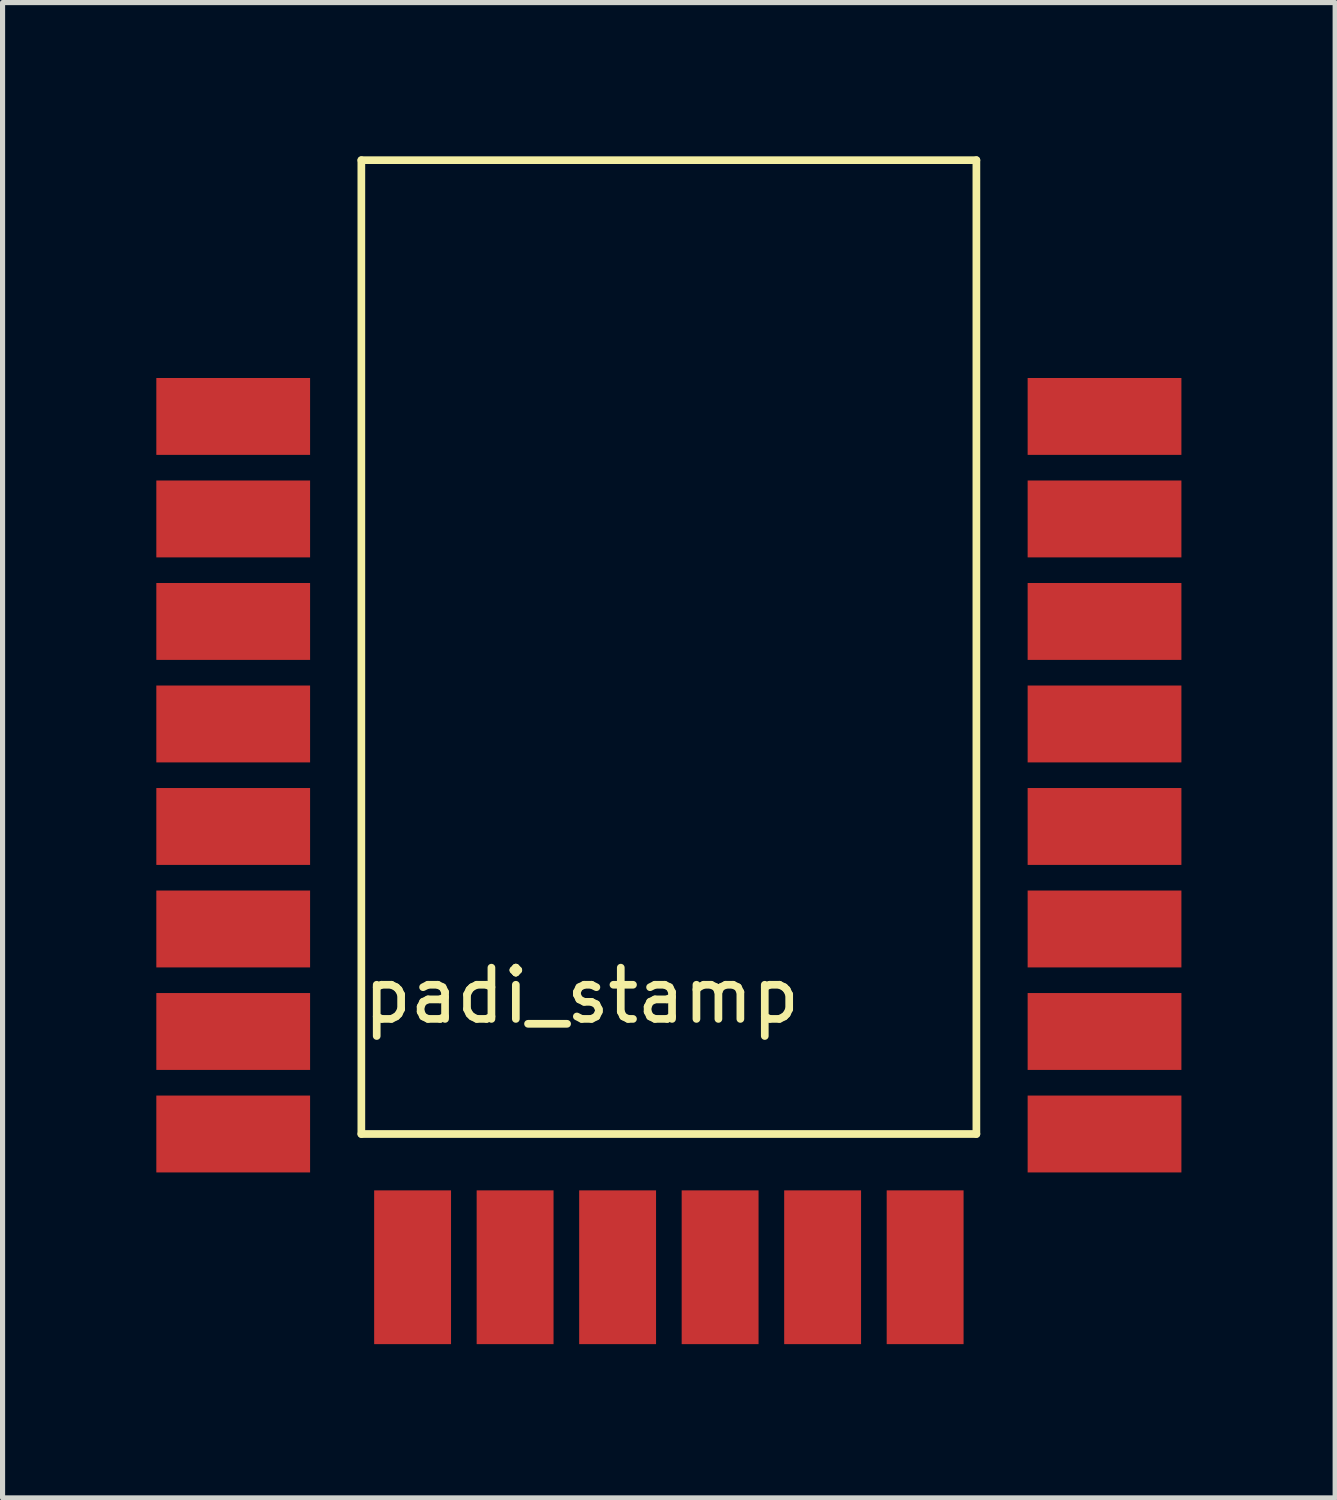
<source format=kicad_pcb>
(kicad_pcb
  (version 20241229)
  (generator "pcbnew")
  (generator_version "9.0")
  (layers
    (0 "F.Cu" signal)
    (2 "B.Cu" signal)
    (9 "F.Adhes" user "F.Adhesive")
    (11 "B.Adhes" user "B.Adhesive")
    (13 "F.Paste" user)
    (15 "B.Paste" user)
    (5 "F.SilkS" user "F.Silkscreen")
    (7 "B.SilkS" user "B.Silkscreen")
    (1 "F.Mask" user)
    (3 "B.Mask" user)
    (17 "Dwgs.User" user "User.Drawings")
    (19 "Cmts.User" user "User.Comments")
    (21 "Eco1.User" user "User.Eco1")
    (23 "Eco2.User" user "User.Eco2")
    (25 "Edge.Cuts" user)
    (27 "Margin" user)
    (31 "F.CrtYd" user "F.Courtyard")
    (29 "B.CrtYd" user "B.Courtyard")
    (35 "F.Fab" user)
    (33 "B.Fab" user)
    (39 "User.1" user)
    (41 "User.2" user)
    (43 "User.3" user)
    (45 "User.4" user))
  (footprint "padi_stamp"
    (layer "F.Cu")
    (at 2 5.075)
    (property "Reference" "padi_stamp" (at 6.3 11.3 0) (layer "F.SilkS") (effects (font (size 1 1) (thickness 0.15))))
    (attr through_hole)
    (fp_line (start 2 -5) (end 2 14) (stroke (width 0.15) (type solid)) (layer "F.SilkS"))
    (fp_line (start 2 14) (end 14 14) (stroke (width 0.15) (type solid)) (layer "F.SilkS"))
    (fp_line (start 14 -5) (end 2 -5) (stroke (width 0.15) (type solid)) (layer "F.SilkS"))
    (fp_line (start 14 14) (end 14 -5) (stroke (width 0.15) (type solid)) (layer "F.SilkS"))
    (pad "1" smd rect (at 0 0) (size 3 1.5) (drill (offset -0.5 0)) (layers "F.Cu" "F.Mask" "F.Paste"))
    (pad "2" smd rect (at 0 2) (size 3 1.5) (drill (offset -0.5 0)) (layers "F.Cu" "F.Mask" "F.Paste"))
    (pad "3" smd rect (at 0 4) (size 3 1.5) (drill (offset -0.5 0)) (layers "F.Cu" "F.Mask" "F.Paste"))
    (pad "4" smd rect (at 0 6) (size 3 1.5) (drill (offset -0.5 0)) (layers "F.Cu" "F.Mask" "F.Paste"))
    (pad "5" smd rect (at 0 8) (size 3 1.5) (drill (offset -0.5 0)) (layers "F.Cu" "F.Mask" "F.Paste"))
    (pad "6" smd rect (at 0 10) (size 3 1.5) (drill (offset -0.5 0)) (layers "F.Cu" "F.Mask" "F.Paste"))
    (pad "7" smd rect (at 0 12) (size 3 1.5) (drill (offset -0.5 0)) (layers "F.Cu" "F.Mask" "F.Paste"))
    (pad "8" smd rect (at 0 14) (size 3 1.5) (drill (offset -0.5 0)) (layers "F.Cu" "F.Mask" "F.Paste"))
    (pad "9" smd rect (at 3 16.1) (size 1.5 3) (drill (offset 0 0.5)) (layers "F.Cu" "F.Mask" "F.Paste"))
    (pad "10" smd rect (at 5 16.1) (size 1.5 3) (drill (offset 0 0.5)) (layers "F.Cu" "F.Mask" "F.Paste"))
    (pad "11" smd rect (at 7 16.1) (size 1.5 3) (drill (offset 0 0.5)) (layers "F.Cu" "F.Mask" "F.Paste"))
    (pad "12" smd rect (at 9 16.1) (size 1.5 3) (drill (offset 0 0.5)) (layers "F.Cu" "F.Mask" "F.Paste"))
    (pad "13" smd rect (at 11 16.1) (size 1.5 3) (drill (offset 0 0.5)) (layers "F.Cu" "F.Mask" "F.Paste"))
    (pad "14" smd rect (at 13 16.1) (size 1.5 3) (drill (offset 0 0.5)) (layers "F.Cu" "F.Mask" "F.Paste"))
    (pad "15" smd rect (at 16 14) (size 3 1.5) (drill (offset 0.5 0)) (layers "F.Cu" "F.Mask" "F.Paste"))
    (pad "16" smd rect (at 16 12) (size 3 1.5) (drill (offset 0.5 0)) (layers "F.Cu" "F.Mask" "F.Paste"))
    (pad "17" smd rect (at 16 10) (size 3 1.5) (drill (offset 0.5 0)) (layers "F.Cu" "F.Mask" "F.Paste"))
    (pad "18" smd rect (at 16 8) (size 3 1.5) (drill (offset 0.5 0)) (layers "F.Cu" "F.Mask" "F.Paste"))
    (pad "19" smd rect (at 16 6) (size 3 1.5) (drill (offset 0.5 0)) (layers "F.Cu" "F.Mask" "F.Paste"))
    (pad "20" smd rect (at 16 4) (size 3 1.5) (drill (offset 0.5 0)) (layers "F.Cu" "F.Mask" "F.Paste"))
    (pad "21" smd rect (at 16 2) (size 3 1.5) (drill (offset 0.5 0)) (layers "F.Cu" "F.Mask" "F.Paste"))
    (pad "22" smd rect (at 16 0) (size 3 1.5) (drill (offset 0.5 0)) (layers "F.Cu" "F.Mask" "F.Paste")))
  (gr_rect
    (start -3 -3)
    (end 23 26.175)
    (stroke (width 0.1) (type default))
    (fill no)
    (layer "Edge.Cuts")))
</source>
